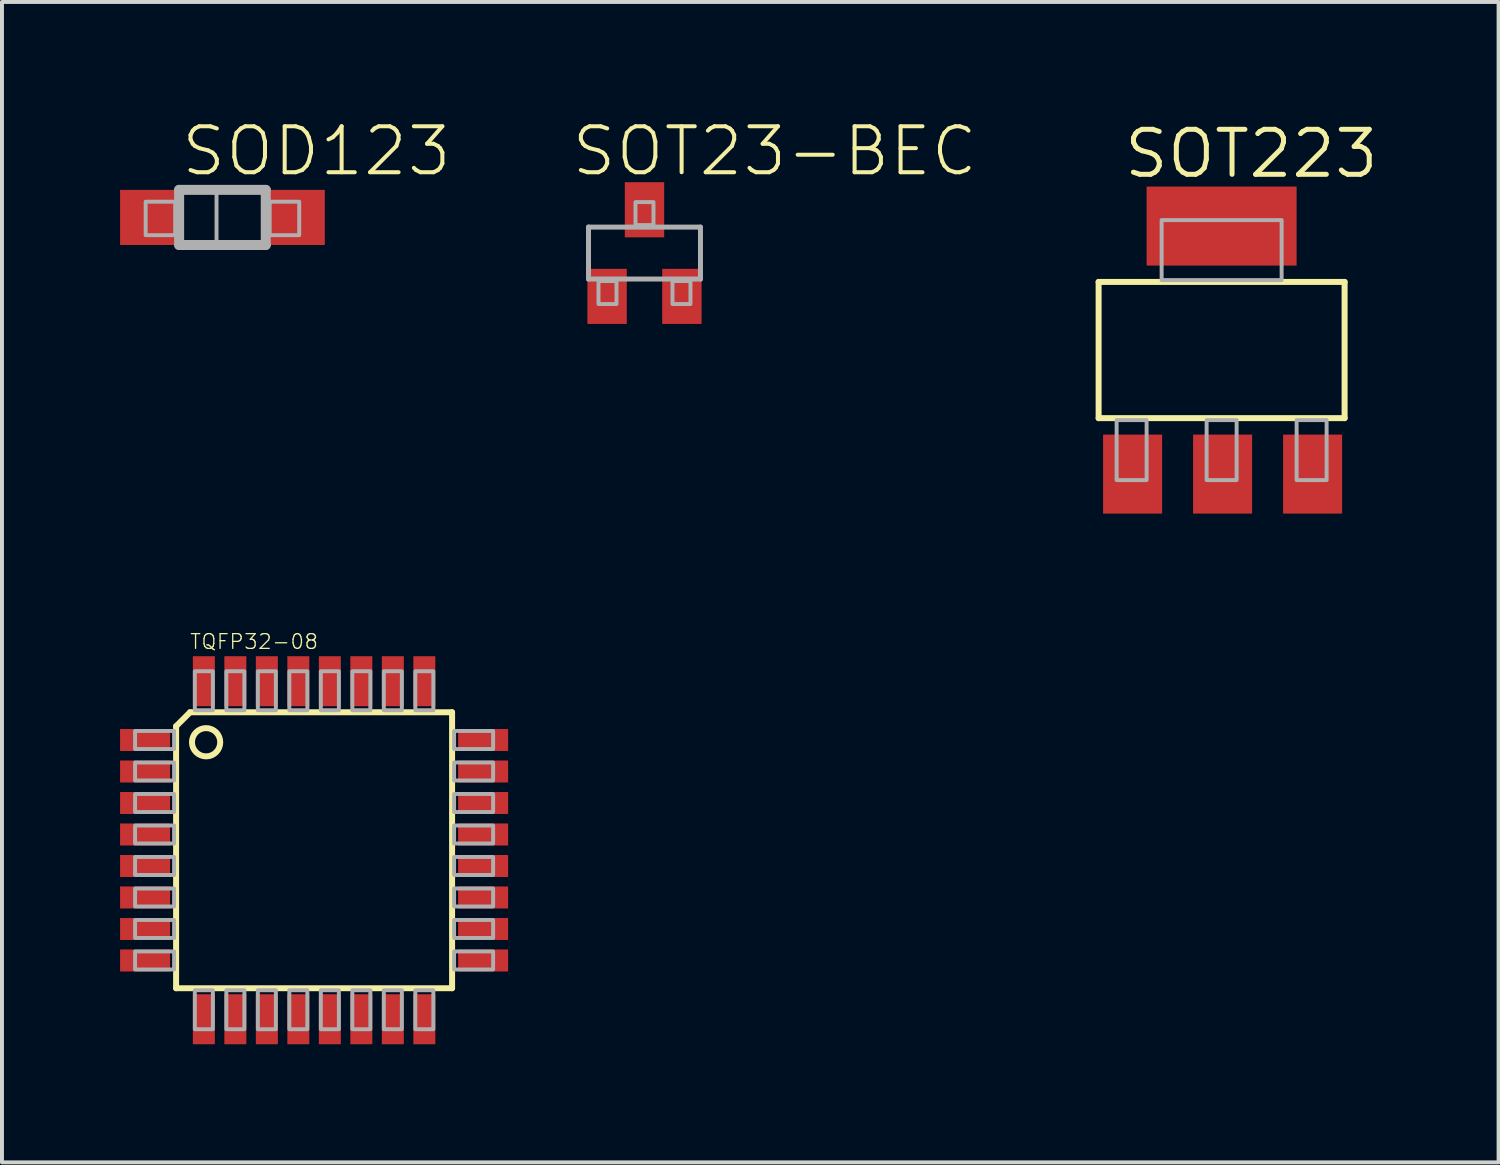
<source format=kicad_pcb>
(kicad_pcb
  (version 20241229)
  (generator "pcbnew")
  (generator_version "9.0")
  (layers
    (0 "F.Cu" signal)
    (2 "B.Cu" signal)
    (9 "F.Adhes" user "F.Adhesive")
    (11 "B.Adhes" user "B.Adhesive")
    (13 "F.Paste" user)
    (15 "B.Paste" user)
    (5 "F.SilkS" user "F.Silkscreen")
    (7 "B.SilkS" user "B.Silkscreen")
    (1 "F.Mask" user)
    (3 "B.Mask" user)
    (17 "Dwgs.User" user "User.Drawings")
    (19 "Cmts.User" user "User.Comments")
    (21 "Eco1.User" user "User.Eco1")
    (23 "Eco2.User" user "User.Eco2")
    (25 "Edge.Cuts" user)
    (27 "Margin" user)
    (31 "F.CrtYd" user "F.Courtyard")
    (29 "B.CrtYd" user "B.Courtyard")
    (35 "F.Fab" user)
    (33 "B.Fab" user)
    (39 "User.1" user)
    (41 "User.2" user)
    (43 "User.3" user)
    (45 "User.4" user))
  (footprint "SOD123"
    (layer "F.Cu")
    (at 2.6 2.473)
    (property "Reference" "SOD123" (at -1.1 -1 0) (layer "F.SilkS") (effects (font (size 1.168 1.168) (thickness 0.102)) (justify left bottom)))
    (fp_line (start -1.1 -0.7) (end 1.1 -0.7) (stroke (width 0.254) (type solid)) (layer "F.Fab"))
    (fp_line (start -1.1 0.7) (end -1.1 -0.7) (stroke (width 0.254) (type solid)) (layer "F.Fab"))
    (fp_line (start 1.1 -0.7) (end 1.1 0.7) (stroke (width 0.254) (type solid)) (layer "F.Fab"))
    (fp_line (start 1.1 0.7) (end -1.1 0.7) (stroke (width 0.254) (type solid)) (layer "F.Fab"))
    (fp_poly (pts (xy -1.95 0.45) (xy -1.2 0.45) (xy -1.2 -0.4) (xy -1.95 -0.4)) (stroke (width 0.1) (type solid)) (fill no) (layer "F.Fab"))
    (fp_poly (pts (xy -1.05 0.65) (xy -0.15 0.65) (xy -0.15 -0.7) (xy -1.05 -0.7)) (stroke (width 0.1) (type solid)) (fill no) (layer "F.Fab"))
    (fp_poly (pts (xy 1.2 0.45) (xy 1.95 0.45) (xy 1.95 -0.4) (xy 1.2 -0.4)) (stroke (width 0.1) (type solid)) (fill no) (layer "F.Fab"))
    (pad "A" smd rect (at 1.9 0) (size 1.4 1.4) (layers "F.Cu" "F.Mask" "F.Paste"))
    (pad "C" smd rect (at -1.9 0) (size 1.4 1.4) (layers "F.Cu" "F.Mask" "F.Paste")))
  (footprint "SOT223"
    (layer "F.Cu")
    (at 27.979 5.842)
    (property "Reference" "SOT223" (at -2.54 -4.318 0) (layer "F.SilkS") (effects (font (size 1.143 1.143) (thickness 0.127)) (justify left bottom)))
    (fp_line (start -3.124 -1.731) (end -3.124 1.729) (stroke (width 0.152) (type solid)) (layer "F.SilkS"))
    (fp_line (start -3.124 -1.731) (end 3.124 -1.731) (stroke (width 0.152) (type solid)) (layer "F.SilkS"))
    (fp_line (start 3.124 1.729) (end -3.124 1.729) (stroke (width 0.152) (type solid)) (layer "F.SilkS"))
    (fp_line (start 3.124 1.729) (end 3.124 -1.731) (stroke (width 0.152) (type solid)) (layer "F.SilkS"))
    (fp_poly (pts (xy -2.667 3.302) (xy -1.905 3.302) (xy -1.905 1.778) (xy -2.667 1.778)) (stroke (width 0.1) (type solid)) (fill no) (layer "F.Fab"))
    (fp_poly (pts (xy -1.524 -1.778) (xy 1.524 -1.778) (xy 1.524 -3.302) (xy -1.524 -3.302)) (stroke (width 0.1) (type solid)) (fill no) (layer "F.Fab"))
    (fp_poly (pts (xy -0.381 3.302) (xy 0.381 3.302) (xy 0.381 1.778) (xy -0.381 1.778)) (stroke (width 0.1) (type solid)) (fill no) (layer "F.Fab"))
    (fp_poly (pts (xy 1.905 3.302) (xy 2.667 3.302) (xy 2.667 1.778) (xy 1.905 1.778)) (stroke (width 0.1) (type solid)) (fill no) (layer "F.Fab"))
    (pad "1" smd rect (at -2.261 3.15) (size 1.499 2.007) (layers "F.Cu" "F.Mask" "F.Paste"))
    (pad "2" smd rect (at 0.025 3.15) (size 1.499 2.007) (layers "F.Cu" "F.Mask" "F.Paste"))
    (pad "3" smd rect (at 2.311 3.15) (size 1.499 2.007) (layers "F.Cu" "F.Mask" "F.Paste"))
    (pad "4" smd rect (at 0 -3.15) (size 3.81 2.007) (layers "F.Cu" "F.Mask" "F.Paste")))
  (footprint "SOT23-BEC"
    (layer "F.Cu")
    (at 13.32 3.378)
    (property "Reference" "SOT23-BEC" (at -1.905 -1.905 0) (layer "F.SilkS") (effects (font (size 1.168 1.168) (thickness 0.102)) (justify left bottom)))
    (fp_line (start -1.422 -0.66) (end 1.422 -0.66) (stroke (width 0.127) (type solid)) (layer "F.Fab"))
    (fp_line (start -1.422 0.66) (end -1.422 -0.66) (stroke (width 0.127) (type solid)) (layer "F.Fab"))
    (fp_line (start 1.422 -0.66) (end 1.422 0.66) (stroke (width 0.127) (type solid)) (layer "F.Fab"))
    (fp_line (start 1.422 0.66) (end -1.422 0.66) (stroke (width 0.127) (type solid)) (layer "F.Fab"))
    (fp_poly (pts (xy -1.168 1.295) (xy -0.711 1.295) (xy -0.711 0.711) (xy -1.168 0.711)) (stroke (width 0.1) (type solid)) (fill no) (layer "F.Fab"))
    (fp_poly (pts (xy -0.229 -0.711) (xy 0.229 -0.711) (xy 0.229 -1.295) (xy -0.229 -1.295)) (stroke (width 0.1) (type solid)) (fill no) (layer "F.Fab"))
    (fp_poly (pts (xy 0.711 1.295) (xy 1.168 1.295) (xy 1.168 0.711) (xy 0.711 0.711)) (stroke (width 0.1) (type solid)) (fill no) (layer "F.Fab"))
    (pad "B" smd rect (at -0.95 1.1) (size 1 1.4) (layers "F.Cu" "F.Mask" "F.Paste"))
    (pad "C" smd rect (at 0 -1.1) (size 1 1.4) (layers "F.Cu" "F.Mask" "F.Paste"))
    (pad "E" smd rect (at 0.95 1.1) (size 1 1.4) (layers "F.Cu" "F.Mask" "F.Paste")))
  (footprint "TQFP32-08"
    (layer "F.Cu")
    (at 4.928 18.546)
    (property "Reference" "TQFP32-08" (at -3.175 -5.08 0) (layer "F.SilkS") (effects (font (size 0.374 0.374) (thickness 0.033)) (justify left bottom)))
    (fp_line (start -3.505 3.505) (end -3.505 -3.15) (stroke (width 0.152) (type solid)) (layer "F.SilkS"))
    (fp_line (start -3.15 -3.505) (end -3.505 -3.15) (stroke (width 0.152) (type solid)) (layer "F.SilkS"))
    (fp_line (start -3.15 -3.505) (end 3.505 -3.505) (stroke (width 0.152) (type solid)) (layer "F.SilkS"))
    (fp_line (start 3.505 -3.505) (end 3.505 3.505) (stroke (width 0.152) (type solid)) (layer "F.SilkS"))
    (fp_line (start 3.505 3.505) (end -3.505 3.505) (stroke (width 0.152) (type solid)) (layer "F.SilkS"))
    (fp_circle (center -2.743 -2.743) (end -2.384 -2.743) (stroke (width 0.152) (type solid)) (fill no) (layer "F.SilkS"))
    (fp_poly (pts (xy -4.547 -2.571) (xy -3.556 -2.571) (xy -3.556 -3.029) (xy -4.547 -3.029)) (stroke (width 0.1) (type solid)) (fill no) (layer "F.Fab"))
    (fp_poly (pts (xy -4.547 -1.771) (xy -3.556 -1.771) (xy -3.556 -2.229) (xy -4.547 -2.229)) (stroke (width 0.1) (type solid)) (fill no) (layer "F.Fab"))
    (fp_poly (pts (xy -4.547 -0.971) (xy -3.556 -0.971) (xy -3.556 -1.429) (xy -4.547 -1.429)) (stroke (width 0.1) (type solid)) (fill no) (layer "F.Fab"))
    (fp_poly (pts (xy -4.547 -0.171) (xy -3.556 -0.171) (xy -3.556 -0.629) (xy -4.547 -0.629)) (stroke (width 0.1) (type solid)) (fill no) (layer "F.Fab"))
    (fp_poly (pts (xy -4.547 0.629) (xy -3.556 0.629) (xy -3.556 0.171) (xy -4.547 0.171)) (stroke (width 0.1) (type solid)) (fill no) (layer "F.Fab"))
    (fp_poly (pts (xy -4.547 1.429) (xy -3.556 1.429) (xy -3.556 0.971) (xy -4.547 0.971)) (stroke (width 0.1) (type solid)) (fill no) (layer "F.Fab"))
    (fp_poly (pts (xy -4.547 2.229) (xy -3.556 2.229) (xy -3.556 1.771) (xy -4.547 1.771)) (stroke (width 0.1) (type solid)) (fill no) (layer "F.Fab"))
    (fp_poly (pts (xy -4.547 3.029) (xy -3.556 3.029) (xy -3.556 2.571) (xy -4.547 2.571)) (stroke (width 0.1) (type solid)) (fill no) (layer "F.Fab"))
    (fp_poly (pts (xy -3.029 -3.556) (xy -2.571 -3.556) (xy -2.571 -4.547) (xy -3.029 -4.547)) (stroke (width 0.1) (type solid)) (fill no) (layer "F.Fab"))
    (fp_poly (pts (xy -3.029 4.547) (xy -2.571 4.547) (xy -2.571 3.556) (xy -3.029 3.556)) (stroke (width 0.1) (type solid)) (fill no) (layer "F.Fab"))
    (fp_poly (pts (xy -2.229 -3.556) (xy -1.771 -3.556) (xy -1.771 -4.547) (xy -2.229 -4.547)) (stroke (width 0.1) (type solid)) (fill no) (layer "F.Fab"))
    (fp_poly (pts (xy -2.229 4.547) (xy -1.771 4.547) (xy -1.771 3.556) (xy -2.229 3.556)) (stroke (width 0.1) (type solid)) (fill no) (layer "F.Fab"))
    (fp_poly (pts (xy -1.429 -3.556) (xy -0.971 -3.556) (xy -0.971 -4.547) (xy -1.429 -4.547)) (stroke (width 0.1) (type solid)) (fill no) (layer "F.Fab"))
    (fp_poly (pts (xy -1.429 4.547) (xy -0.971 4.547) (xy -0.971 3.556) (xy -1.429 3.556)) (stroke (width 0.1) (type solid)) (fill no) (layer "F.Fab"))
    (fp_poly (pts (xy -0.629 -3.556) (xy -0.171 -3.556) (xy -0.171 -4.547) (xy -0.629 -4.547)) (stroke (width 0.1) (type solid)) (fill no) (layer "F.Fab"))
    (fp_poly (pts (xy -0.629 4.547) (xy -0.171 4.547) (xy -0.171 3.556) (xy -0.629 3.556)) (stroke (width 0.1) (type solid)) (fill no) (layer "F.Fab"))
    (fp_poly (pts (xy 0.171 -3.556) (xy 0.629 -3.556) (xy 0.629 -4.547) (xy 0.171 -4.547)) (stroke (width 0.1) (type solid)) (fill no) (layer "F.Fab"))
    (fp_poly (pts (xy 0.171 4.547) (xy 0.629 4.547) (xy 0.629 3.556) (xy 0.171 3.556)) (stroke (width 0.1) (type solid)) (fill no) (layer "F.Fab"))
    (fp_poly (pts (xy 0.971 -3.556) (xy 1.429 -3.556) (xy 1.429 -4.547) (xy 0.971 -4.547)) (stroke (width 0.1) (type solid)) (fill no) (layer "F.Fab"))
    (fp_poly (pts (xy 0.971 4.547) (xy 1.429 4.547) (xy 1.429 3.556) (xy 0.971 3.556)) (stroke (width 0.1) (type solid)) (fill no) (layer "F.Fab"))
    (fp_poly (pts (xy 1.771 -3.556) (xy 2.229 -3.556) (xy 2.229 -4.547) (xy 1.771 -4.547)) (stroke (width 0.1) (type solid)) (fill no) (layer "F.Fab"))
    (fp_poly (pts (xy 1.771 4.547) (xy 2.229 4.547) (xy 2.229 3.556) (xy 1.771 3.556)) (stroke (width 0.1) (type solid)) (fill no) (layer "F.Fab"))
    (fp_poly (pts (xy 2.571 -3.556) (xy 3.029 -3.556) (xy 3.029 -4.547) (xy 2.571 -4.547)) (stroke (width 0.1) (type solid)) (fill no) (layer "F.Fab"))
    (fp_poly (pts (xy 2.571 4.547) (xy 3.029 4.547) (xy 3.029 3.556) (xy 2.571 3.556)) (stroke (width 0.1) (type solid)) (fill no) (layer "F.Fab"))
    (fp_poly (pts (xy 3.556 -2.571) (xy 4.547 -2.571) (xy 4.547 -3.029) (xy 3.556 -3.029)) (stroke (width 0.1) (type solid)) (fill no) (layer "F.Fab"))
    (fp_poly (pts (xy 3.556 -1.771) (xy 4.547 -1.771) (xy 4.547 -2.229) (xy 3.556 -2.229)) (stroke (width 0.1) (type solid)) (fill no) (layer "F.Fab"))
    (fp_poly (pts (xy 3.556 -0.971) (xy 4.547 -0.971) (xy 4.547 -1.429) (xy 3.556 -1.429)) (stroke (width 0.1) (type solid)) (fill no) (layer "F.Fab"))
    (fp_poly (pts (xy 3.556 -0.171) (xy 4.547 -0.171) (xy 4.547 -0.629) (xy 3.556 -0.629)) (stroke (width 0.1) (type solid)) (fill no) (layer "F.Fab"))
    (fp_poly (pts (xy 3.556 0.629) (xy 4.547 0.629) (xy 4.547 0.171) (xy 3.556 0.171)) (stroke (width 0.1) (type solid)) (fill no) (layer "F.Fab"))
    (fp_poly (pts (xy 3.556 1.429) (xy 4.547 1.429) (xy 4.547 0.971) (xy 3.556 0.971)) (stroke (width 0.1) (type solid)) (fill no) (layer "F.Fab"))
    (fp_poly (pts (xy 3.556 2.229) (xy 4.547 2.229) (xy 4.547 1.771) (xy 3.556 1.771)) (stroke (width 0.1) (type solid)) (fill no) (layer "F.Fab"))
    (fp_poly (pts (xy 3.556 3.029) (xy 4.547 3.029) (xy 4.547 2.571) (xy 3.556 2.571)) (stroke (width 0.1) (type solid)) (fill no) (layer "F.Fab"))
    (pad "1" smd rect (at -4.293 -2.8) (size 1.27 0.559) (layers "F.Cu" "F.Mask" "F.Paste"))
    (pad "2" smd rect (at -4.293 -2) (size 1.27 0.559) (layers "F.Cu" "F.Mask" "F.Paste"))
    (pad "3" smd rect (at -4.293 -1.2) (size 1.27 0.559) (layers "F.Cu" "F.Mask" "F.Paste"))
    (pad "4" smd rect (at -4.293 -0.4) (size 1.27 0.559) (layers "F.Cu" "F.Mask" "F.Paste"))
    (pad "5" smd rect (at -4.293 0.4) (size 1.27 0.559) (layers "F.Cu" "F.Mask" "F.Paste"))
    (pad "6" smd rect (at -4.293 1.2) (size 1.27 0.559) (layers "F.Cu" "F.Mask" "F.Paste"))
    (pad "7" smd rect (at -4.293 2) (size 1.27 0.559) (layers "F.Cu" "F.Mask" "F.Paste"))
    (pad "8" smd rect (at -4.293 2.8) (size 1.27 0.559) (layers "F.Cu" "F.Mask" "F.Paste"))
    (pad "9" smd rect (at -2.8 4.293) (size 0.559 1.27) (layers "F.Cu" "F.Mask" "F.Paste"))
    (pad "10" smd rect (at -2 4.293) (size 0.559 1.27) (layers "F.Cu" "F.Mask" "F.Paste"))
    (pad "11" smd rect (at -1.2 4.293) (size 0.559 1.27) (layers "F.Cu" "F.Mask" "F.Paste"))
    (pad "12" smd rect (at -0.4 4.293) (size 0.559 1.27) (layers "F.Cu" "F.Mask" "F.Paste"))
    (pad "13" smd rect (at 0.4 4.293) (size 0.559 1.27) (layers "F.Cu" "F.Mask" "F.Paste"))
    (pad "14" smd rect (at 1.2 4.293) (size 0.559 1.27) (layers "F.Cu" "F.Mask" "F.Paste"))
    (pad "15" smd rect (at 2 4.293) (size 0.559 1.27) (layers "F.Cu" "F.Mask" "F.Paste"))
    (pad "16" smd rect (at 2.8 4.293) (size 0.559 1.27) (layers "F.Cu" "F.Mask" "F.Paste"))
    (pad "17" smd rect (at 4.293 2.8) (size 1.27 0.559) (layers "F.Cu" "F.Mask" "F.Paste"))
    (pad "18" smd rect (at 4.293 2) (size 1.27 0.559) (layers "F.Cu" "F.Mask" "F.Paste"))
    (pad "19" smd rect (at 4.293 1.2) (size 1.27 0.559) (layers "F.Cu" "F.Mask" "F.Paste"))
    (pad "20" smd rect (at 4.293 0.4) (size 1.27 0.559) (layers "F.Cu" "F.Mask" "F.Paste"))
    (pad "21" smd rect (at 4.293 -0.4) (size 1.27 0.559) (layers "F.Cu" "F.Mask" "F.Paste"))
    (pad "22" smd rect (at 4.293 -1.2) (size 1.27 0.559) (layers "F.Cu" "F.Mask" "F.Paste"))
    (pad "23" smd rect (at 4.293 -2) (size 1.27 0.559) (layers "F.Cu" "F.Mask" "F.Paste"))
    (pad "24" smd rect (at 4.293 -2.8) (size 1.27 0.559) (layers "F.Cu" "F.Mask" "F.Paste"))
    (pad "25" smd rect (at 2.8 -4.293) (size 0.559 1.27) (layers "F.Cu" "F.Mask" "F.Paste"))
    (pad "26" smd rect (at 2 -4.293) (size 0.559 1.27) (layers "F.Cu" "F.Mask" "F.Paste"))
    (pad "27" smd rect (at 1.2 -4.293) (size 0.559 1.27) (layers "F.Cu" "F.Mask" "F.Paste"))
    (pad "28" smd rect (at 0.4 -4.293) (size 0.559 1.27) (layers "F.Cu" "F.Mask" "F.Paste"))
    (pad "29" smd rect (at -0.4 -4.293) (size 0.559 1.27) (layers "F.Cu" "F.Mask" "F.Paste"))
    (pad "30" smd rect (at -1.2 -4.293) (size 0.559 1.27) (layers "F.Cu" "F.Mask" "F.Paste"))
    (pad "31" smd rect (at -2 -4.293) (size 0.559 1.27) (layers "F.Cu" "F.Mask" "F.Paste"))
    (pad "32" smd rect (at -2.8 -4.293) (size 0.559 1.27) (layers "F.Cu" "F.Mask" "F.Paste")))
  (gr_rect
    (start -3 -3)
    (end 35.014 26.474)
    (stroke (width 0.1) (type default))
    (fill no)
    (layer "Edge.Cuts")))
</source>
